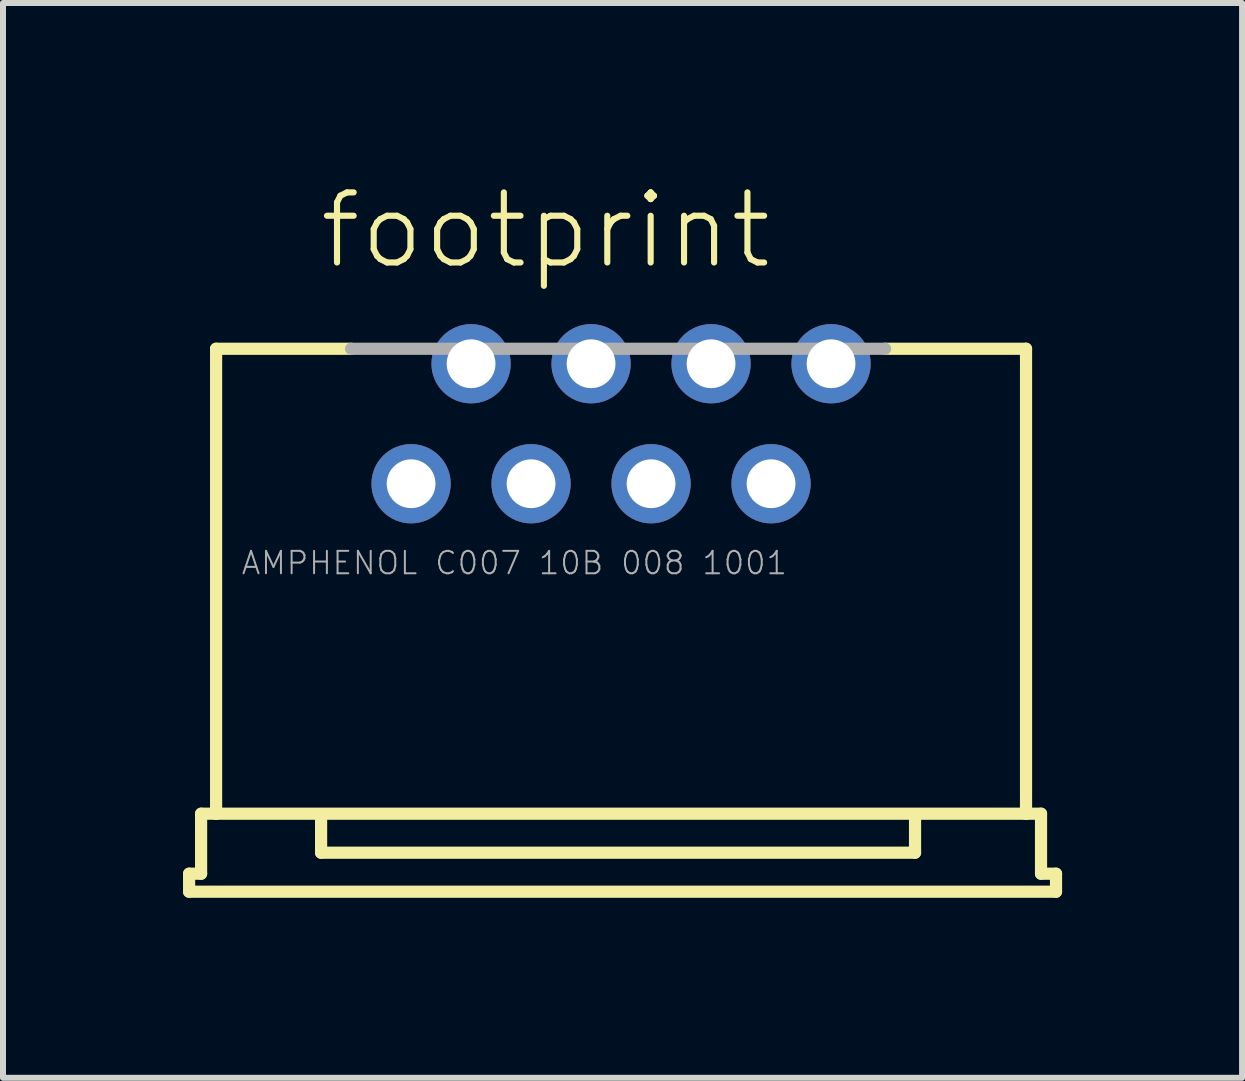
<source format=kicad_pcb>
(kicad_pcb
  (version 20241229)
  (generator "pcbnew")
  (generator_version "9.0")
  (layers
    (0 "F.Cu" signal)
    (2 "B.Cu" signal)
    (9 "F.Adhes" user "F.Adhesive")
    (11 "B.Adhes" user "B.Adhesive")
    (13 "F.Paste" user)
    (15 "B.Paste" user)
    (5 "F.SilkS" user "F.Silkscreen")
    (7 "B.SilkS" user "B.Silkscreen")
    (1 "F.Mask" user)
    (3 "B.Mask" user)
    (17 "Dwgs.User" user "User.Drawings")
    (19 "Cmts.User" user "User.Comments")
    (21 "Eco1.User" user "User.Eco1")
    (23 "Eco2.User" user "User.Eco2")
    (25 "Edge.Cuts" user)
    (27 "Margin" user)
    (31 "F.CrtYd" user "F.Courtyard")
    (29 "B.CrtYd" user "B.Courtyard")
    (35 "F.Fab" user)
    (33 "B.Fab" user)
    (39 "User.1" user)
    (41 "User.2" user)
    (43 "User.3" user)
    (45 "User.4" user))
  (footprint "footprint"
    (layer "F.Cu")
    (at 7.302 4.013)
    (property "Reference" "footprint" (at -5.08 -2.54 0) (layer "F.SilkS") (effects (font (size 1.168 1.168) (thickness 0.102)) (justify left bottom)))
    (fp_line (start -7.2 7.5) (end -7 7.5) (stroke (width 0.203) (type solid)) (layer "F.SilkS"))
    (fp_line (start -7.2 7.8) (end -7.2 7.5) (stroke (width 0.203) (type solid)) (layer "F.SilkS"))
    (fp_line (start -7 6.5) (end -6.75 6.5) (stroke (width 0.203) (type solid)) (layer "F.SilkS"))
    (fp_line (start -7 7.5) (end -7 6.5) (stroke (width 0.203) (type solid)) (layer "F.SilkS"))
    (fp_line (start -6.75 -1.25) (end -4.5 -1.25) (stroke (width 0.203) (type solid)) (layer "F.SilkS"))
    (fp_line (start -6.75 6.5) (end -6.75 -1.25) (stroke (width 0.203) (type solid)) (layer "F.SilkS"))
    (fp_line (start -6.75 6.5) (end 6.75 6.5) (stroke (width 0.203) (type solid)) (layer "F.SilkS"))
    (fp_line (start -5 6.6) (end -5 7.15) (stroke (width 0.203) (type solid)) (layer "F.SilkS"))
    (fp_line (start 4.4 -1.25) (end 6.75 -1.25) (stroke (width 0.203) (type solid)) (layer "F.SilkS"))
    (fp_line (start 4.9 7.15) (end -5 7.15) (stroke (width 0.203) (type solid)) (layer "F.SilkS"))
    (fp_line (start 4.9 7.15) (end 4.9 6.6) (stroke (width 0.203) (type solid)) (layer "F.SilkS"))
    (fp_line (start 6.75 -1.25) (end 6.75 6.5) (stroke (width 0.203) (type solid)) (layer "F.SilkS"))
    (fp_line (start 6.75 6.5) (end 7 6.5) (stroke (width 0.203) (type solid)) (layer "F.SilkS"))
    (fp_line (start 7 6.5) (end 7 7.5) (stroke (width 0.203) (type solid)) (layer "F.SilkS"))
    (fp_line (start 7 7.5) (end 7.25 7.5) (stroke (width 0.203) (type solid)) (layer "F.SilkS"))
    (fp_line (start 7.25 7.5) (end 7.25 7.8) (stroke (width 0.203) (type solid)) (layer "F.SilkS"))
    (fp_line (start 7.25 7.8) (end -7.2 7.8) (stroke (width 0.203) (type solid)) (layer "F.SilkS"))
    (fp_line (start -4.5 -1.25) (end 4.4 -1.25) (stroke (width 0.203) (type solid)) (layer "F.Fab"))
    (fp_text user "AMPHENOL C007 10B 008 1001" (at -6.35 2.54 0) (layer "F.Fab") (effects (font (size 0.374 0.374) (thickness 0.033)) (justify left bottom)))
    (pad "1" thru_hole circle (at -3.5 1) (size 1.321 1.321) (drill 0.813) (layers "*.Cu" "*.Mask"))
    (pad "2" thru_hole circle (at -2.5 -1) (size 1.321 1.321) (drill 0.813) (layers "*.Cu" "*.Mask"))
    (pad "3" thru_hole circle (at -1.5 1) (size 1.321 1.321) (drill 0.813) (layers "*.Cu" "*.Mask"))
    (pad "4" thru_hole circle (at -0.5 -1) (size 1.321 1.321) (drill 0.813) (layers "*.Cu" "*.Mask"))
    (pad "5" thru_hole circle (at 0.5 1) (size 1.321 1.321) (drill 0.813) (layers "*.Cu" "*.Mask"))
    (pad "6" thru_hole circle (at 1.5 -1) (size 1.321 1.321) (drill 0.813) (layers "*.Cu" "*.Mask"))
    (pad "7" thru_hole circle (at 2.5 1) (size 1.321 1.321) (drill 0.813) (layers "*.Cu" "*.Mask"))
    (pad "8" thru_hole circle (at 3.5 -1) (size 1.321 1.321) (drill 0.813) (layers "*.Cu" "*.Mask")))
  (gr_rect
    (start -3 -3)
    (end 17.653 14.915)
    (stroke (width 0.1) (type default))
    (fill no)
    (layer "Edge.Cuts")))
</source>
